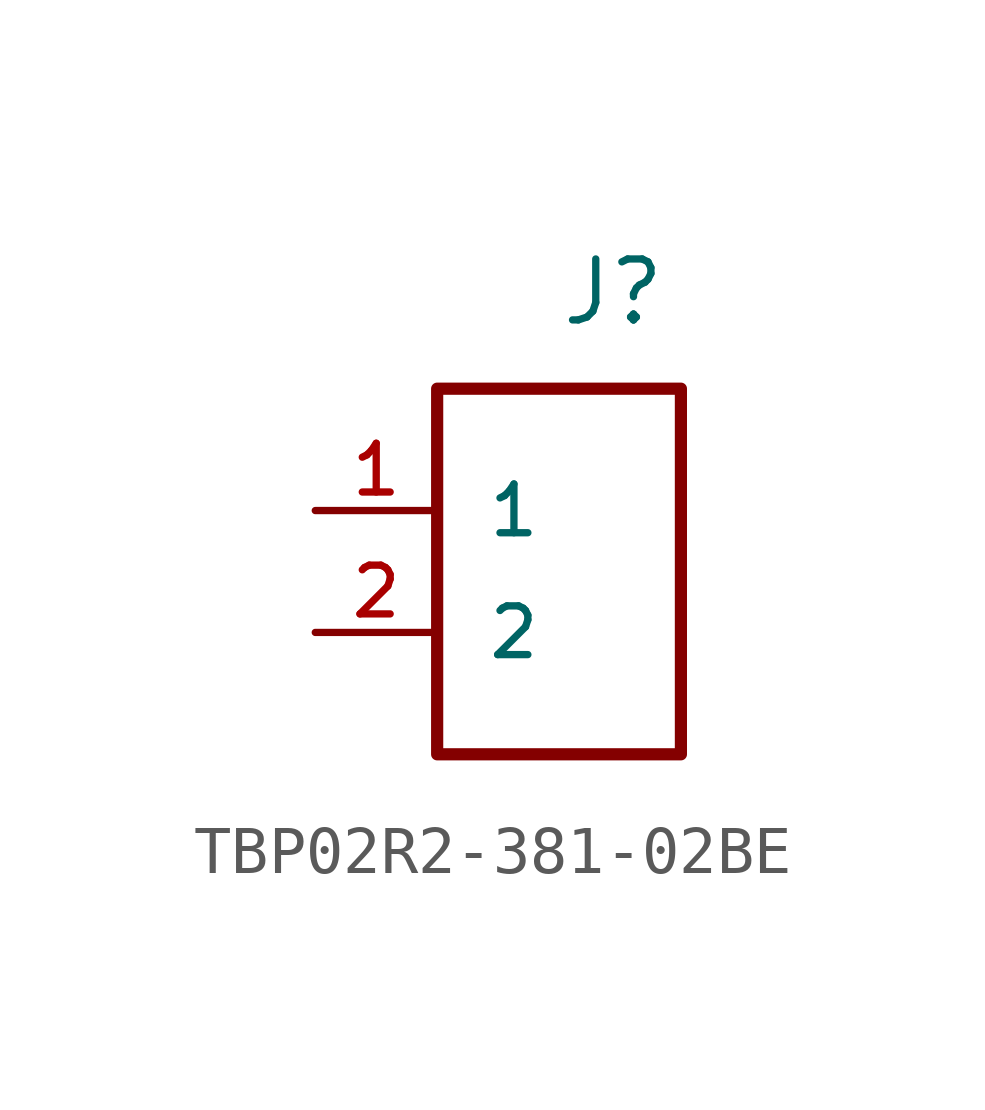
<source format=kicad_sym>
(kicad_symbol_lib
  (version 20231120)
  (generator "kicad_symbol_editor")
  (generator_version "8.0")
  (symbol "TBP02R2-381-02BE"
    (pin_names
      (offset 1.016))
    (property "Reference" "J"
      (at 0 5.08 0)
      (effects (font (size 1.27 1.27)) (justify left bottom)))
    (symbol "TBP02R2-381-02BE_0_0"
      (pin passive line (at -5.08 1.27 0) (length 2.54) (name "1" (effects (font (size 1.016 1.016)))) (number "1" (effects (font (size 1.016 1.016)))))
      (pin passive line (at -5.08 -1.27 0) (length 2.54) (name "2" (effects (font (size 1.016 1.016)))) (number "2" (effects (font (size 1.016 1.016))))))
    (symbol "TBP02R2-381-02BE_1_0"
      (rectangle (start -2.54 3.81) (end 2.54 -3.81) (stroke (width 0.254) (type solid)) (fill (type none))))))
</source>
